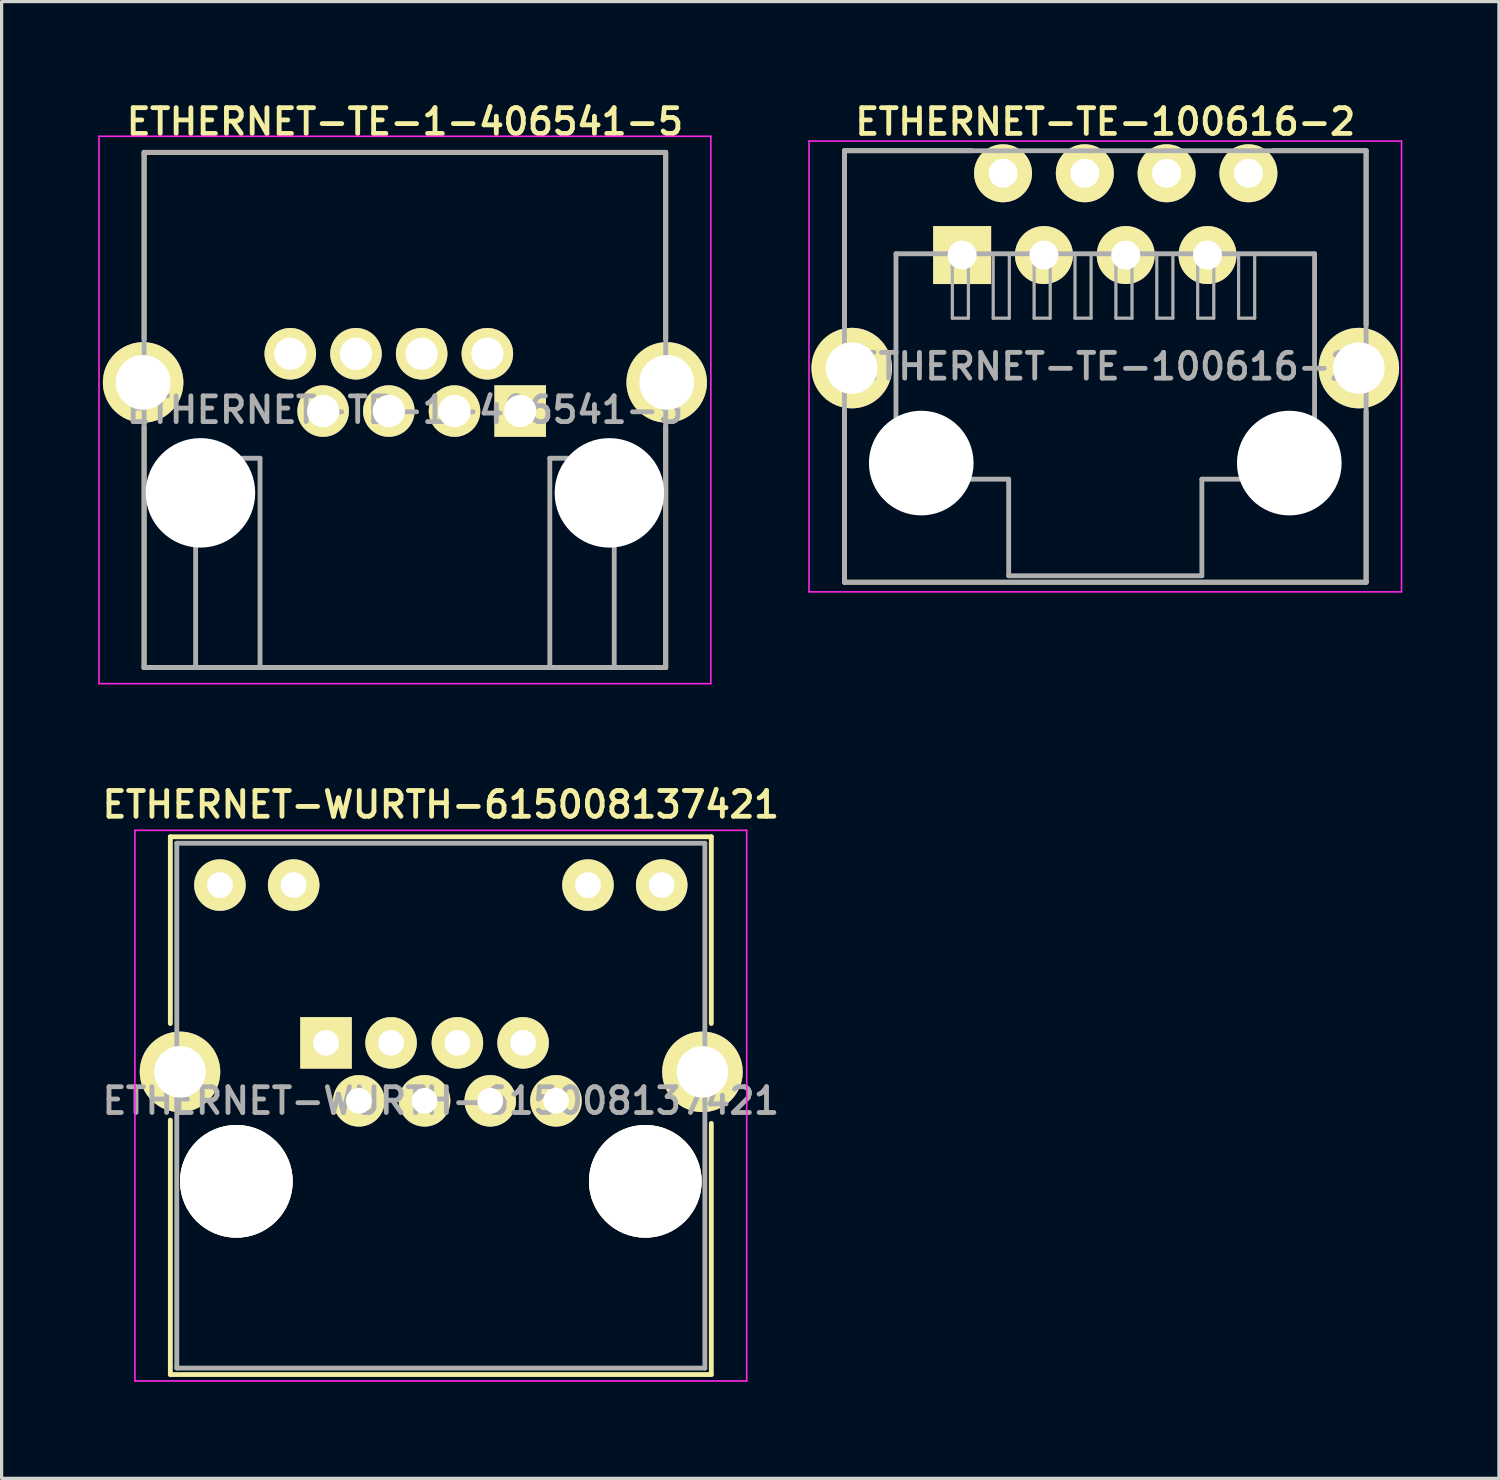
<source format=kicad_pcb>
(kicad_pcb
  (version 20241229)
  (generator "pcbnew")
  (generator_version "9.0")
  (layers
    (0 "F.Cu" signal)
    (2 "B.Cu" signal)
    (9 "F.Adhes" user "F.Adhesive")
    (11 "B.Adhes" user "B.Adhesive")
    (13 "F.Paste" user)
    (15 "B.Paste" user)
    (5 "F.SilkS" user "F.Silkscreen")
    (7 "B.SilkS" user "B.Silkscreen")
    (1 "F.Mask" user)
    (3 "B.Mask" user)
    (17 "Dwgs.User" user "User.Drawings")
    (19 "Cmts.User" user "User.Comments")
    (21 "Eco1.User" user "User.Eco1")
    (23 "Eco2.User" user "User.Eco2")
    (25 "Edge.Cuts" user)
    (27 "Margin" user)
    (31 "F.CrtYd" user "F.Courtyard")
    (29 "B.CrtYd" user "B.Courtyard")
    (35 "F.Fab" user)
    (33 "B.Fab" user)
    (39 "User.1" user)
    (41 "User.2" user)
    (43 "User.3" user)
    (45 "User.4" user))
  (footprint "ETHERNET-WURTH-615008137421"
    (layer "F.Cu")
    (at 10.64 31.137)
    (property "Reference" "ETHERNET-WURTH-615008137421" (at 0 -9.2 0) (layer "F.SilkS") (effects (font (size 0.8 0.8) (thickness 0.15))))
    (attr through_hole)
    (fp_line (start -8.4 -8.2) (end -8.4 -2.4) (stroke (width 0.15) (type solid)) (layer "F.SilkS"))
    (fp_line (start -8.4 -8.2) (end 8.4 -8.2) (stroke (width 0.15) (type solid)) (layer "F.SilkS"))
    (fp_line (start -8.4 8.5) (end -8.4 0.6) (stroke (width 0.15) (type solid)) (layer "F.SilkS"))
    (fp_line (start -8.4 8.5) (end 8.4 8.5) (stroke (width 0.15) (type solid)) (layer "F.SilkS"))
    (fp_line (start 8.4 -8.2) (end 8.4 -2.4) (stroke (width 0.15) (type solid)) (layer "F.SilkS"))
    (fp_line (start 8.4 8.5) (end 8.4 0.7) (stroke (width 0.15) (type solid)) (layer "F.SilkS"))
    (fp_line (start -9.5 -8.4) (end 9.5 -8.4) (stroke (width 0.05) (type solid)) (layer "F.CrtYd"))
    (fp_line (start -9.5 8.7) (end -9.5 -8.4) (stroke (width 0.05) (type solid)) (layer "F.CrtYd"))
    (fp_line (start 9.5 -8.4) (end 9.5 8.7) (stroke (width 0.05) (type solid)) (layer "F.CrtYd"))
    (fp_line (start 9.5 8.7) (end -9.5 8.7) (stroke (width 0.05) (type solid)) (layer "F.CrtYd"))
    (fp_line (start -8.2 -8) (end 8.2 -8) (stroke (width 0.15) (type solid)) (layer "F.Fab"))
    (fp_line (start -8.2 8.3) (end -8.2 -8) (stroke (width 0.15) (type solid)) (layer "F.Fab"))
    (fp_line (start 8.2 -8) (end 8.2 8.3) (stroke (width 0.15) (type solid)) (layer "F.Fab"))
    (fp_line (start 8.2 8.3) (end -8.2 8.3) (stroke (width 0.15) (type solid)) (layer "F.Fab"))
    (fp_text user "${REFERENCE}" (at 0 0 0) (layer "F.Fab") (effects (font (size 0.8 0.8) (thickness 0.15))))
    (pad "" thru_hole circle (at -6.35 2.5) (size 3.5 3.5) (drill 3.5) (layers "*.Cu" "*.Mask" "F.SilkS"))
    (pad "" thru_hole circle (at 6.35 2.5) (size 3.5 3.5) (drill 3.5) (layers "*.Cu" "*.Mask" "F.SilkS"))
    (pad "1" thru_hole rect (at -3.565 -1.8) (size 1.6 1.6) (drill 0.8) (layers "*.Cu" "*.Mask" "F.SilkS"))
    (pad "2" thru_hole circle (at -2.545 0) (size 1.6 1.6) (drill 0.8) (layers "*.Cu" "*.Mask" "F.SilkS"))
    (pad "3" thru_hole circle (at -1.545 -1.8) (size 1.6 1.6) (drill 0.8) (layers "*.Cu" "*.Mask" "F.SilkS"))
    (pad "4" thru_hole circle (at -0.505 0) (size 1.6 1.6) (drill 0.8) (layers "*.Cu" "*.Mask" "F.SilkS"))
    (pad "5" thru_hole circle (at 0.515 -1.8) (size 1.6 1.6) (drill 0.8) (layers "*.Cu" "*.Mask" "F.SilkS"))
    (pad "6" thru_hole circle (at 1.535 0) (size 1.6 1.6) (drill 0.8) (layers "*.Cu" "*.Mask" "F.SilkS"))
    (pad "7" thru_hole circle (at 2.555 -1.8) (size 1.6 1.6) (drill 0.8) (layers "*.Cu" "*.Mask" "F.SilkS"))
    (pad "8" thru_hole circle (at 3.575 0) (size 1.6 1.6) (drill 0.8) (layers "*.Cu" "*.Mask" "F.SilkS"))
    (pad "9" thru_hole circle (at -6.86 -6.7) (size 1.6 1.6) (drill 0.8) (layers "*.Cu" "*.Mask" "F.SilkS"))
    (pad "10" thru_hole circle (at -4.57 -6.7) (size 1.6 1.6) (drill 0.8) (layers "*.Cu" "*.Mask" "F.SilkS"))
    (pad "11" thru_hole circle (at 4.57 -6.7) (size 1.6 1.6) (drill 0.8) (layers "*.Cu" "*.Mask" "F.SilkS"))
    (pad "12" thru_hole circle (at 6.86 -6.7) (size 1.6 1.6) (drill 0.8) (layers "*.Cu" "*.Mask" "F.SilkS"))
    (pad "SH1" thru_hole circle (at -8.1 -0.9) (size 2.5 2.5) (drill 1.6) (layers "*.Cu" "*.Mask" "F.SilkS"))
    (pad "SH2" thru_hole circle (at 8.125 -0.9) (size 2.5 2.5) (drill 1.6) (layers "*.Cu" "*.Mask" "F.SilkS")))
  (footprint "ETHERNET-TE-1-406541-5"
    (layer "F.Cu")
    (at 9.525 9.681)
    (property "Reference" "ETHERNET-TE-1-406541-5" (at 0 -8.95 0) (layer "F.SilkS") (effects (font (size 0.8 0.8) (thickness 0.15))))
    (attr through_hole)
    (fp_line (start -8.1 -8) (end -8.1 -2.2) (stroke (width 0.15) (type solid)) (layer "F.SilkS"))
    (fp_line (start -8.1 8) (end -8.1 0.5) (stroke (width 0.15) (type solid)) (layer "F.SilkS"))
    (fp_line (start -8.1 8) (end 8.1 8) (stroke (width 0.15) (type solid)) (layer "F.SilkS"))
    (fp_line (start 8.1 -8) (end -8.1 -8) (stroke (width 0.15) (type solid)) (layer "F.SilkS"))
    (fp_line (start 8.1 -8) (end 8.1 -2.2) (stroke (width 0.15) (type solid)) (layer "F.SilkS"))
    (fp_line (start 8.1 8) (end 8.1 0.5) (stroke (width 0.15) (type solid)) (layer "F.SilkS"))
    (fp_line (start -9.5 -8.5) (end 9.5 -8.5) (stroke (width 0.05) (type solid)) (layer "F.CrtYd"))
    (fp_line (start -9.5 8.5) (end -9.5 -8.5) (stroke (width 0.05) (type solid)) (layer "F.CrtYd"))
    (fp_line (start 9.5 -8.5) (end 9.5 8.5) (stroke (width 0.05) (type solid)) (layer "F.CrtYd"))
    (fp_line (start 9.5 8.5) (end -9.5 8.5) (stroke (width 0.05) (type solid)) (layer "F.CrtYd"))
    (fp_line (start -8.1 -8) (end 8.1 -8) (stroke (width 0.15) (type solid)) (layer "F.Fab"))
    (fp_line (start -8.1 8) (end -8.1 -8) (stroke (width 0.15) (type solid)) (layer "F.Fab"))
    (fp_line (start -6.5 1.5) (end -4.5 1.5) (stroke (width 0.15) (type solid)) (layer "F.Fab"))
    (fp_line (start -6.5 8) (end -6.5 1.5) (stroke (width 0.15) (type solid)) (layer "F.Fab"))
    (fp_line (start -4.5 1.5) (end -4.5 8) (stroke (width 0.15) (type solid)) (layer "F.Fab"))
    (fp_line (start 4.5 1.5) (end 6.5 1.5) (stroke (width 0.15) (type solid)) (layer "F.Fab"))
    (fp_line (start 4.5 8) (end 4.5 1.5) (stroke (width 0.15) (type solid)) (layer "F.Fab"))
    (fp_line (start 6.5 1.5) (end 6.5 8) (stroke (width 0.15) (type solid)) (layer "F.Fab"))
    (fp_line (start 8.1 -8) (end 8.1 8) (stroke (width 0.15) (type solid)) (layer "F.Fab"))
    (fp_line (start 8.1 8) (end -8.1 8) (stroke (width 0.15) (type solid)) (layer "F.Fab"))
    (fp_text user "${REFERENCE}" (at 0 0 0) (layer "F.Fab") (effects (font (size 0.8 0.8) (thickness 0.15))))
    (pad "" np_thru_hole circle (at -6.35 2.575) (size 3.4 3.4) (drill 3.4) (layers "*.Cu" "*.Mask"))
    (pad "" np_thru_hole circle (at 6.35 2.575) (size 3.4 3.4) (drill 3.4) (layers "*.Cu" "*.Mask"))
    (pad "1" thru_hole rect (at 3.58 0.035) (size 1.6 1.6) (drill 1) (layers "*.Cu" "*.Mask" "F.SilkS"))
    (pad "2" thru_hole circle (at 2.56 -1.745) (size 1.6 1.6) (drill 1) (layers "*.Cu" "*.Mask" "F.SilkS"))
    (pad "3" thru_hole circle (at 1.54 0.035) (size 1.6 1.6) (drill 1) (layers "*.Cu" "*.Mask" "F.SilkS"))
    (pad "4" thru_hole circle (at 0.52 -1.745) (size 1.6 1.6) (drill 1) (layers "*.Cu" "*.Mask" "F.SilkS"))
    (pad "5" thru_hole circle (at -0.5 0.035) (size 1.6 1.6) (drill 1) (layers "*.Cu" "*.Mask" "F.SilkS"))
    (pad "6" thru_hole circle (at -1.52 -1.745) (size 1.6 1.6) (drill 1) (layers "*.Cu" "*.Mask" "F.SilkS"))
    (pad "7" thru_hole circle (at -2.54 0.035) (size 1.6 1.6) (drill 1) (layers "*.Cu" "*.Mask" "F.SilkS"))
    (pad "8" thru_hole circle (at -3.56 -1.745) (size 1.6 1.6) (drill 1) (layers "*.Cu" "*.Mask" "F.SilkS"))
    (pad "SH1" thru_hole circle (at -8.13 -0.855) (size 2.5 2.5) (drill 1.7) (layers "*.Cu" "*.Mask" "F.SilkS"))
    (pad "SH2" thru_hole circle (at 8.13 -0.855) (size 2.5 2.5) (drill 1.7) (layers "*.Cu" "*.Mask" "F.SilkS")))
  (footprint "ETHERNET-TE-100616-2"
    (layer "F.Cu")
    (at 31.275 8.331)
    (property "Reference" "ETHERNET-TE-100616-2" (at 0 -7.6 0) (layer "F.SilkS") (effects (font (size 0.8 0.8) (thickness 0.15))))
    (attr through_hole)
    (fp_line (start -8.1 -6.7) (end -8.1 -1.25) (stroke (width 0.15) (type solid)) (layer "F.SilkS"))
    (fp_line (start -8.1 6.7) (end -8.1 1.4) (stroke (width 0.15) (type solid)) (layer "F.SilkS"))
    (fp_line (start -8.1 6.7) (end 8.1 6.7) (stroke (width 0.15) (type solid)) (layer "F.SilkS"))
    (fp_line (start -4.15 -6.7) (end -8.1 -6.7) (stroke (width 0.15) (type solid)) (layer "F.SilkS"))
    (fp_line (start 5.2 -6.7) (end 8.1 -6.7) (stroke (width 0.15) (type solid)) (layer "F.SilkS"))
    (fp_line (start 8.1 -6.7) (end 8.1 -1.3) (stroke (width 0.15) (type solid)) (layer "F.SilkS"))
    (fp_line (start 8.1 6.7) (end 8.1 1.4) (stroke (width 0.15) (type solid)) (layer "F.SilkS"))
    (fp_line (start -9.2 -7) (end 9.2 -7) (stroke (width 0.05) (type solid)) (layer "F.CrtYd"))
    (fp_line (start -9.2 7) (end -9.2 -7) (stroke (width 0.05) (type solid)) (layer "F.CrtYd"))
    (fp_line (start 9.2 -7) (end 9.2 7) (stroke (width 0.05) (type solid)) (layer "F.CrtYd"))
    (fp_line (start 9.2 7) (end -9.2 7) (stroke (width 0.05) (type solid)) (layer "F.CrtYd"))
    (fp_line (start -8.1 -6.7) (end 8.1 -6.7) (stroke (width 0.15) (type solid)) (layer "F.Fab"))
    (fp_line (start -8.1 6.7) (end -8.1 -6.7) (stroke (width 0.15) (type solid)) (layer "F.Fab"))
    (fp_line (start -6.5 -3.5) (end 6.5 -3.5) (stroke (width 0.15) (type solid)) (layer "F.Fab"))
    (fp_line (start -6.5 3.5) (end -6.5 -3.5) (stroke (width 0.15) (type solid)) (layer "F.Fab"))
    (fp_line (start -4.75 -3.5) (end -4.75 -1.5) (stroke (width 0.1) (type solid)) (layer "F.Fab"))
    (fp_line (start -4.75 -1.5) (end -4.25 -1.5) (stroke (width 0.1) (type solid)) (layer "F.Fab"))
    (fp_line (start -4.25 -1.5) (end -4.25 -3.5) (stroke (width 0.1) (type solid)) (layer "F.Fab"))
    (fp_line (start -3.48 -3.5) (end -3.48 -1.5) (stroke (width 0.1) (type solid)) (layer "F.Fab"))
    (fp_line (start -3.48 -1.5) (end -2.98 -1.5) (stroke (width 0.1) (type solid)) (layer "F.Fab"))
    (fp_line (start -3 3.5) (end -6.5 3.5) (stroke (width 0.15) (type solid)) (layer "F.Fab"))
    (fp_line (start -3 6.5) (end -3 3.5) (stroke (width 0.15) (type solid)) (layer "F.Fab"))
    (fp_line (start -2.98 -1.5) (end -2.98 -3.5) (stroke (width 0.1) (type solid)) (layer "F.Fab"))
    (fp_line (start -2.21 -3.5) (end -2.21 -1.5) (stroke (width 0.1) (type solid)) (layer "F.Fab"))
    (fp_line (start -2.21 -1.5) (end -1.71 -1.5) (stroke (width 0.1) (type solid)) (layer "F.Fab"))
    (fp_line (start -1.71 -1.5) (end -1.71 -3.5) (stroke (width 0.1) (type solid)) (layer "F.Fab"))
    (fp_line (start -0.94 -3.5) (end -0.94 -1.5) (stroke (width 0.1) (type solid)) (layer "F.Fab"))
    (fp_line (start -0.94 -1.5) (end -0.44 -1.5) (stroke (width 0.1) (type solid)) (layer "F.Fab"))
    (fp_line (start -0.44 -1.5) (end -0.44 -3.5) (stroke (width 0.1) (type solid)) (layer "F.Fab"))
    (fp_line (start 0.33 -3.5) (end 0.33 -1.5) (stroke (width 0.1) (type solid)) (layer "F.Fab"))
    (fp_line (start 0.33 -1.5) (end 0.83 -1.5) (stroke (width 0.1) (type solid)) (layer "F.Fab"))
    (fp_line (start 0.83 -1.5) (end 0.83 -3.5) (stroke (width 0.1) (type solid)) (layer "F.Fab"))
    (fp_line (start 1.6 -3.5) (end 1.6 -1.5) (stroke (width 0.1) (type solid)) (layer "F.Fab"))
    (fp_line (start 1.6 -1.5) (end 2.1 -1.5) (stroke (width 0.1) (type solid)) (layer "F.Fab"))
    (fp_line (start 2.1 -1.5) (end 2.1 -3.5) (stroke (width 0.1) (type solid)) (layer "F.Fab"))
    (fp_line (start 2.87 -3.5) (end 2.87 -1.5) (stroke (width 0.1) (type solid)) (layer "F.Fab"))
    (fp_line (start 2.87 -1.5) (end 3.37 -1.5) (stroke (width 0.1) (type solid)) (layer "F.Fab"))
    (fp_line (start 3 3.5) (end 3 6.5) (stroke (width 0.15) (type solid)) (layer "F.Fab"))
    (fp_line (start 3 6.5) (end -3 6.5) (stroke (width 0.15) (type solid)) (layer "F.Fab"))
    (fp_line (start 3.37 -1.5) (end 3.37 -3.5) (stroke (width 0.1) (type solid)) (layer "F.Fab"))
    (fp_line (start 4.14 -3.5) (end 4.14 -1.5) (stroke (width 0.1) (type solid)) (layer "F.Fab"))
    (fp_line (start 4.14 -1.5) (end 4.64 -1.5) (stroke (width 0.1) (type solid)) (layer "F.Fab"))
    (fp_line (start 4.64 -1.5) (end 4.64 -3.5) (stroke (width 0.1) (type solid)) (layer "F.Fab"))
    (fp_line (start 6.5 -3.5) (end 6.5 3.5) (stroke (width 0.15) (type solid)) (layer "F.Fab"))
    (fp_line (start 6.5 3.5) (end 3 3.5) (stroke (width 0.15) (type solid)) (layer "F.Fab"))
    (fp_line (start 8.1 -6.7) (end 8.1 6.7) (stroke (width 0.15) (type solid)) (layer "F.Fab"))
    (fp_line (start 8.1 6.7) (end -8.1 6.7) (stroke (width 0.15) (type solid)) (layer "F.Fab"))
    (fp_text user "${REFERENCE}" (at 0 0 0) (layer "F.Fab") (effects (font (size 0.8 0.8) (thickness 0.15))))
    (pad "" np_thru_hole circle (at -5.715 3) (size 3.25 3.25) (drill 3.25) (layers "*.Cu" "*.Mask"))
    (pad "" np_thru_hole circle (at 5.715 3) (size 3.25 3.25) (drill 3.25) (layers "*.Cu" "*.Mask"))
    (pad "1" thru_hole rect (at -4.445 -3.46) (size 1.8 1.8) (drill 0.9) (layers "*.Cu" "*.Mask" "F.SilkS"))
    (pad "2" thru_hole circle (at -3.175 -6) (size 1.8 1.8) (drill 0.9) (layers "*.Cu" "*.Mask" "F.SilkS"))
    (pad "3" thru_hole circle (at -1.905 -3.46) (size 1.8 1.8) (drill 0.9) (layers "*.Cu" "*.Mask" "F.SilkS"))
    (pad "4" thru_hole circle (at -0.635 -6) (size 1.8 1.8) (drill 0.9) (layers "*.Cu" "*.Mask" "F.SilkS"))
    (pad "5" thru_hole circle (at 0.635 -3.46) (size 1.8 1.8) (drill 0.9) (layers "*.Cu" "*.Mask" "F.SilkS"))
    (pad "6" thru_hole circle (at 1.905 -6) (size 1.8 1.8) (drill 0.9) (layers "*.Cu" "*.Mask" "F.SilkS"))
    (pad "7" thru_hole circle (at 3.175 -3.46) (size 1.8 1.8) (drill 0.9) (layers "*.Cu" "*.Mask" "F.SilkS"))
    (pad "8" thru_hole circle (at 4.445 -6) (size 1.8 1.8) (drill 0.9) (layers "*.Cu" "*.Mask" "F.SilkS"))
    (pad "SH1" thru_hole circle (at -7.875 0.05) (size 2.5 2.5) (drill 1.6) (layers "*.Cu" "*.Mask" "F.SilkS"))
    (pad "SH2" thru_hole circle (at 7.875 0.05) (size 2.5 2.5) (drill 1.6) (layers "*.Cu" "*.Mask" "F.SilkS")))
  (gr_rect
    (start -3 -3)
    (end 43.5 42.862)
    (stroke (width 0.1) (type default))
    (fill no)
    (layer "Edge.Cuts")))
</source>
